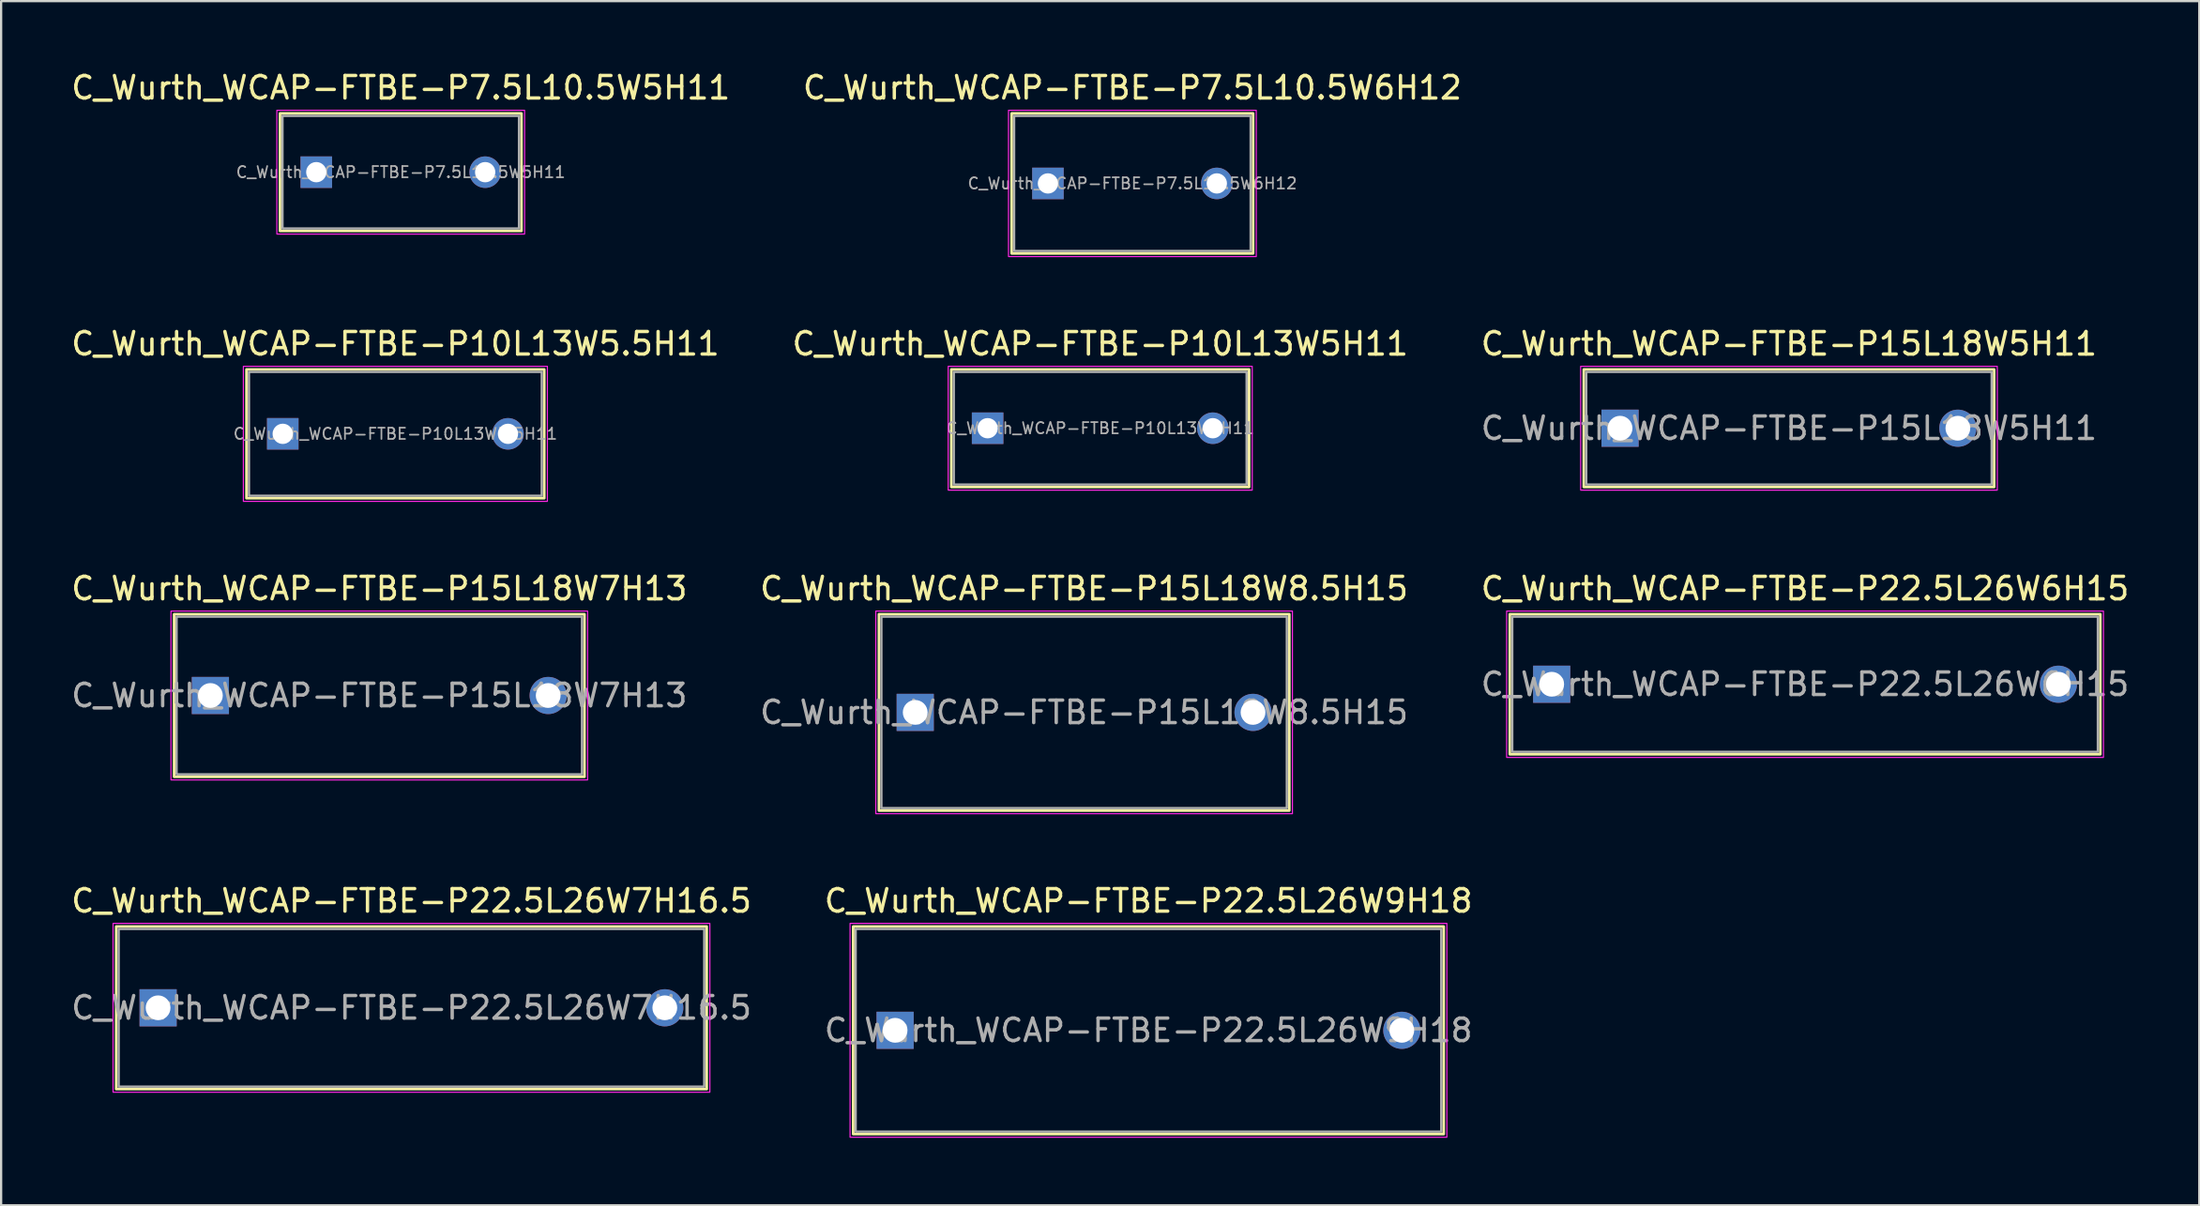
<source format=kicad_pcb>
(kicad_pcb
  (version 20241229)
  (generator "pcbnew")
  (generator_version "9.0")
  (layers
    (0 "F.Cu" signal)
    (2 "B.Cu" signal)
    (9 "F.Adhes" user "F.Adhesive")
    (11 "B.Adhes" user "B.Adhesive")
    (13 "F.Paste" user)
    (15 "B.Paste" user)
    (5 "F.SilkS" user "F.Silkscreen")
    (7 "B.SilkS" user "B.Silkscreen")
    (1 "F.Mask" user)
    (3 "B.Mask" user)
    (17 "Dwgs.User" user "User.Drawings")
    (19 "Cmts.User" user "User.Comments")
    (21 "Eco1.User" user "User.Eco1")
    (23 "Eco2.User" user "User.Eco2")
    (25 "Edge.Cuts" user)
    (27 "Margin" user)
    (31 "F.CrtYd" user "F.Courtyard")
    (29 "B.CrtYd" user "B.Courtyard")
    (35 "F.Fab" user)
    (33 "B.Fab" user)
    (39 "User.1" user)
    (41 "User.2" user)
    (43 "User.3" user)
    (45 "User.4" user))
  (footprint "C_Wurth_WCAP-FTBE-P15L18W7H13"
    (layer "F.Cu")
    (at 6.292 27.845)
    (property "Reference" "C_Wurth_WCAP-FTBE-P15L18W7H13" (at 7.5 -4.75 0) (unlocked yes) (layer "F.SilkS") (effects (font (size 1 1) (thickness 0.15))))
    (attr through_hole)
    (fp_rect (start -1.61 -3.61) (end 16.61 3.61) (stroke (width 0.12) (type solid)) (fill no) (layer "F.SilkS"))
    (fp_rect (start -1.75 -3.75) (end 16.75 3.75) (stroke (width 0.05) (type solid)) (fill no) (layer "F.CrtYd"))
    (fp_rect (start -1.5 -3.5) (end 16.5 3.5) (stroke (width 0.1) (type solid)) (fill no) (layer "F.Fab"))
    (fp_text user "${REFERENCE}" (at 7.5 0 0) (unlocked yes) (layer "F.Fab") (effects (font (size 1 1) (thickness 0.15))))
    (pad "1" thru_hole rect (at 0 0) (size 1.65 1.65) (drill 1.1) (layers "*.Cu" "*.Mask"))
    (pad "2" thru_hole circle (at 15 0) (size 1.65 1.65) (drill 1.1) (layers "*.Cu" "*.Mask")))
  (footprint "C_Wurth_WCAP-FTBE-P15L18W5H11"
    (layer "F.Cu")
    (at 68.887 15.972)
    (property "Reference" "C_Wurth_WCAP-FTBE-P15L18W5H11" (at 7.5 -3.75 0) (unlocked yes) (layer "F.SilkS") (effects (font (size 1 1) (thickness 0.15))))
    (attr through_hole)
    (fp_rect (start -1.61 -2.61) (end 16.61 2.61) (stroke (width 0.12) (type solid)) (fill no) (layer "F.SilkS"))
    (fp_rect (start -1.75 -2.75) (end 16.75 2.75) (stroke (width 0.05) (type solid)) (fill no) (layer "F.CrtYd"))
    (fp_rect (start -1.5 -2.5) (end 16.5 2.5) (stroke (width 0.1) (type solid)) (fill no) (layer "F.Fab"))
    (fp_text user "${REFERENCE}" (at 7.5 0 0) (unlocked yes) (layer "F.Fab") (effects (font (size 1 1) (thickness 0.15))))
    (pad "1" thru_hole rect (at 0 0) (size 1.65 1.65) (drill 1.1) (layers "*.Cu" "*.Mask"))
    (pad "2" thru_hole circle (at 15 0) (size 1.65 1.65) (drill 1.1) (layers "*.Cu" "*.Mask")))
  (footprint "C_Wurth_WCAP-FTBE-P22.5L26W6H15"
    (layer "F.Cu")
    (at 65.851 27.345)
    (property "Reference" "C_Wurth_WCAP-FTBE-P22.5L26W6H15" (at 11.25 -4.25 0) (unlocked yes) (layer "F.SilkS") (effects (font (size 1 1) (thickness 0.15))))
    (attr through_hole)
    (fp_rect (start -1.86 -3.11) (end 24.36 3.11) (stroke (width 0.12) (type solid)) (fill no) (layer "F.SilkS"))
    (fp_rect (start -2 -3.25) (end 24.5 3.25) (stroke (width 0.05) (type solid)) (fill no) (layer "F.CrtYd"))
    (fp_rect (start -1.75 -3) (end 24.25 3) (stroke (width 0.1) (type solid)) (fill no) (layer "F.Fab"))
    (fp_text user "${REFERENCE}" (at 11.25 0 0) (unlocked yes) (layer "F.Fab") (effects (font (size 1 1) (thickness 0.15))))
    (pad "1" thru_hole rect (at 0 0) (size 1.65 1.65) (drill 1.1) (layers "*.Cu" "*.Mask"))
    (pad "2" thru_hole circle (at 22.5 0) (size 1.65 1.65) (drill 1.1) (layers "*.Cu" "*.Mask")))
  (footprint "C_Wurth_WCAP-FTBE-P15L18W8.5H15"
    (layer "F.Cu")
    (at 37.589 28.595)
    (property "Reference" "C_Wurth_WCAP-FTBE-P15L18W8.5H15" (at 7.5 -5.5 0) (unlocked yes) (layer "F.SilkS") (effects (font (size 1 1) (thickness 0.15))))
    (attr through_hole)
    (fp_rect (start -1.61 -4.36) (end 16.61 4.36) (stroke (width 0.12) (type solid)) (fill no) (layer "F.SilkS"))
    (fp_rect (start -1.75 -4.5) (end 16.75 4.5) (stroke (width 0.05) (type solid)) (fill no) (layer "F.CrtYd"))
    (fp_rect (start -1.5 -4.25) (end 16.5 4.25) (stroke (width 0.1) (type solid)) (fill no) (layer "F.Fab"))
    (fp_text user "${REFERENCE}" (at 7.5 0 0) (unlocked yes) (layer "F.Fab") (effects (font (size 1 1) (thickness 0.15))))
    (pad "1" thru_hole rect (at 0 0) (size 1.65 1.65) (drill 1.1) (layers "*.Cu" "*.Mask"))
    (pad "2" thru_hole circle (at 15 0) (size 1.65 1.65) (drill 1.1) (layers "*.Cu" "*.Mask")))
  (footprint "C_Wurth_WCAP-FTBE-P7.5L10.5W5H11"
    (layer "F.Cu")
    (at 10.994 4.598)
    (property "Reference" "C_Wurth_WCAP-FTBE-P7.5L10.5W5H11" (at 3.75 -3.75 0) (unlocked yes) (layer "F.SilkS") (effects (font (size 1 1) (thickness 0.15))))
    (attr through_hole)
    (fp_rect (start -1.61 -2.61) (end 9.11 2.61) (stroke (width 0.12) (type solid)) (fill no) (layer "F.SilkS"))
    (fp_rect (start -1.75 -2.75) (end 9.25 2.75) (stroke (width 0.05) (type solid)) (fill no) (layer "F.CrtYd"))
    (fp_rect (start -1.5 -2.5) (end 9 2.5) (stroke (width 0.1) (type solid)) (fill no) (layer "F.Fab"))
    (fp_text user "${REFERENCE}" (at 3.75 0 0) (unlocked yes) (layer "F.Fab") (effects (font (size 0.5 0.5) (thickness 0.075))))
    (pad "1" thru_hole rect (at 0 0) (size 1.4 1.4) (drill 0.9) (layers "*.Cu" "*.Mask"))
    (pad "2" thru_hole circle (at 7.5 0) (size 1.4 1.4) (drill 0.9) (layers "*.Cu" "*.Mask")))
  (footprint "C_Wurth_WCAP-FTBE-P22.5L26W7H16.5"
    (layer "F.Cu")
    (at 3.97 41.718)
    (property "Reference" "C_Wurth_WCAP-FTBE-P22.5L26W7H16.5" (at 11.25 -4.75 0) (unlocked yes) (layer "F.SilkS") (effects (font (size 1 1) (thickness 0.15))))
    (attr through_hole)
    (fp_rect (start -1.86 -3.61) (end 24.36 3.61) (stroke (width 0.12) (type solid)) (fill no) (layer "F.SilkS"))
    (fp_rect (start -2 -3.75) (end 24.5 3.75) (stroke (width 0.05) (type solid)) (fill no) (layer "F.CrtYd"))
    (fp_rect (start -1.75 -3.5) (end 24.25 3.5) (stroke (width 0.1) (type solid)) (fill no) (layer "F.Fab"))
    (fp_text user "${REFERENCE}" (at 11.25 0 0) (unlocked yes) (layer "F.Fab") (effects (font (size 1 1) (thickness 0.15))))
    (pad "1" thru_hole rect (at 0 0) (size 1.65 1.65) (drill 1.1) (layers "*.Cu" "*.Mask"))
    (pad "2" thru_hole circle (at 22.5 0) (size 1.65 1.65) (drill 1.1) (layers "*.Cu" "*.Mask")))
  (footprint "C_Wurth_WCAP-FTBE-P22.5L26W9H18"
    (layer "F.Cu")
    (at 36.696 42.718)
    (property "Reference" "C_Wurth_WCAP-FTBE-P22.5L26W9H18" (at 11.25 -5.75 0) (unlocked yes) (layer "F.SilkS") (effects (font (size 1 1) (thickness 0.15))))
    (attr through_hole)
    (fp_rect (start -1.86 -4.61) (end 24.36 4.61) (stroke (width 0.12) (type solid)) (fill no) (layer "F.SilkS"))
    (fp_rect (start -2 -4.75) (end 24.5 4.75) (stroke (width 0.05) (type solid)) (fill no) (layer "F.CrtYd"))
    (fp_rect (start -1.75 -4.5) (end 24.25 4.5) (stroke (width 0.1) (type solid)) (fill no) (layer "F.Fab"))
    (fp_text user "${REFERENCE}" (at 11.25 0 0) (unlocked yes) (layer "F.Fab") (effects (font (size 1 1) (thickness 0.15))))
    (pad "1" thru_hole rect (at 0 0) (size 1.65 1.65) (drill 1.1) (layers "*.Cu" "*.Mask"))
    (pad "2" thru_hole circle (at 22.5 0) (size 1.65 1.65) (drill 1.1) (layers "*.Cu" "*.Mask")))
  (footprint "C_Wurth_WCAP-FTBE-P7.5L10.5W6H12"
    (layer "F.Cu")
    (at 43.482 5.098)
    (property "Reference" "C_Wurth_WCAP-FTBE-P7.5L10.5W6H12" (at 3.75 -4.25 0) (unlocked yes) (layer "F.SilkS") (effects (font (size 1 1) (thickness 0.15))))
    (attr through_hole)
    (fp_rect (start -1.61 -3.11) (end 9.11 3.11) (stroke (width 0.12) (type solid)) (fill no) (layer "F.SilkS"))
    (fp_rect (start -1.75 -3.25) (end 9.25 3.25) (stroke (width 0.05) (type solid)) (fill no) (layer "F.CrtYd"))
    (fp_rect (start -1.5 -3) (end 9 3) (stroke (width 0.1) (type solid)) (fill no) (layer "F.Fab"))
    (fp_text user "${REFERENCE}" (at 3.75 0 0) (unlocked yes) (layer "F.Fab") (effects (font (size 0.5 0.5) (thickness 0.075))))
    (pad "1" thru_hole rect (at 0 0) (size 1.4 1.4) (drill 0.9) (layers "*.Cu" "*.Mask"))
    (pad "2" thru_hole circle (at 7.5 0) (size 1.4 1.4) (drill 0.9) (layers "*.Cu" "*.Mask")))
  (footprint "C_Wurth_WCAP-FTBE-P10L13W5H11"
    (layer "F.Cu")
    (at 40.804 15.972)
    (property "Reference" "C_Wurth_WCAP-FTBE-P10L13W5H11" (at 5 -3.75 0) (unlocked yes) (layer "F.SilkS") (effects (font (size 1 1) (thickness 0.15))))
    (attr through_hole)
    (fp_rect (start -1.61 -2.61) (end 11.61 2.61) (stroke (width 0.12) (type solid)) (fill no) (layer "F.SilkS"))
    (fp_rect (start -1.75 -2.75) (end 11.75 2.75) (stroke (width 0.05) (type solid)) (fill no) (layer "F.CrtYd"))
    (fp_rect (start -1.5 -2.5) (end 11.5 2.5) (stroke (width 0.1) (type solid)) (fill no) (layer "F.Fab"))
    (fp_text user "${REFERENCE}" (at 5 0 0) (unlocked yes) (layer "F.Fab") (effects (font (size 0.5 0.5) (thickness 0.075))))
    (pad "1" thru_hole rect (at 0 0) (size 1.4 1.4) (drill 0.9) (layers "*.Cu" "*.Mask"))
    (pad "2" thru_hole circle (at 10 0) (size 1.4 1.4) (drill 0.9) (layers "*.Cu" "*.Mask")))
  (footprint "C_Wurth_WCAP-FTBE-P10L13W5.5H11"
    (layer "F.Cu")
    (at 9.506 16.221)
    (property "Reference" "C_Wurth_WCAP-FTBE-P10L13W5.5H11" (at 5 -4 0) (unlocked yes) (layer "F.SilkS") (effects (font (size 1 1) (thickness 0.15))))
    (attr through_hole)
    (fp_rect (start -1.61 -2.86) (end 11.61 2.86) (stroke (width 0.12) (type solid)) (fill no) (layer "F.SilkS"))
    (fp_rect (start -1.75 -3) (end 11.75 3) (stroke (width 0.05) (type solid)) (fill no) (layer "F.CrtYd"))
    (fp_rect (start -1.5 -2.75) (end 11.5 2.75) (stroke (width 0.1) (type solid)) (fill no) (layer "F.Fab"))
    (fp_text user "${REFERENCE}" (at 5 0 0) (unlocked yes) (layer "F.Fab") (effects (font (size 0.5 0.5) (thickness 0.075))))
    (pad "1" thru_hole rect (at 0 0) (size 1.4 1.4) (drill 0.9) (layers "*.Cu" "*.Mask"))
    (pad "2" thru_hole circle (at 10 0) (size 1.4 1.4) (drill 0.9) (layers "*.Cu" "*.Mask")))
  (gr_rect
    (start -3 -3)
    (end 94.607 50.493)
    (stroke (width 0.1) (type default))
    (fill no)
    (layer "Edge.Cuts")))
</source>
